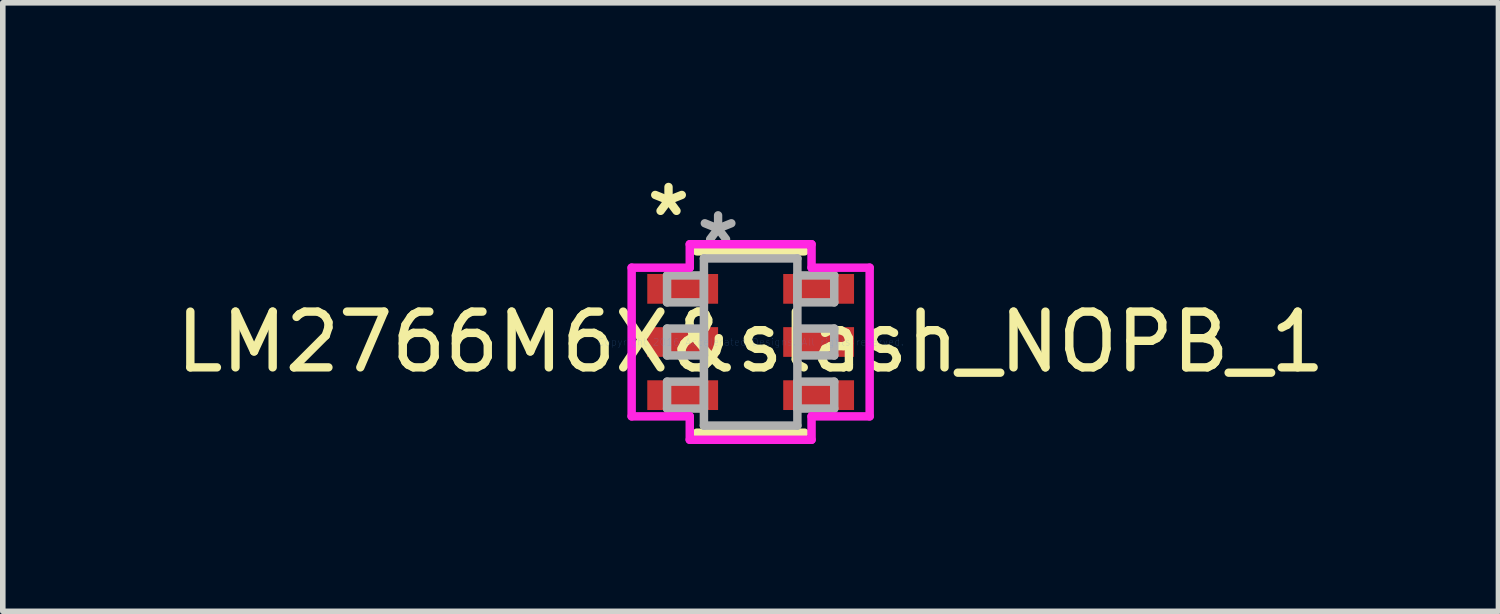
<source format=kicad_pcb>
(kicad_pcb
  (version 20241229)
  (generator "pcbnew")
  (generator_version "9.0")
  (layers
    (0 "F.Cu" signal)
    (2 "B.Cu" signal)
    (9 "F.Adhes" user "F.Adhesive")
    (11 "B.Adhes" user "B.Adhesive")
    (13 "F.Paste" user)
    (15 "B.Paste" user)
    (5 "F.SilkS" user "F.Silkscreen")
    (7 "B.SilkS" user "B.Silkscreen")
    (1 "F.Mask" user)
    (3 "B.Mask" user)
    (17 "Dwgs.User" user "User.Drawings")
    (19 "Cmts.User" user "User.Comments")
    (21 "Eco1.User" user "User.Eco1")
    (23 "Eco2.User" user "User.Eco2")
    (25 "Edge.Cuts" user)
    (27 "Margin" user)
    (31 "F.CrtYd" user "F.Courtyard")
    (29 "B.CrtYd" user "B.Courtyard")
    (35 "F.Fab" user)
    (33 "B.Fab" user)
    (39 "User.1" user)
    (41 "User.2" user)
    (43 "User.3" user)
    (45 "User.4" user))
  (footprint "LM2766M6X&slash_NOPB_1"
    (layer "F.Cu")
    (at 10.411 3.083)
    (property "Reference" "LM2766M6X&slash_NOPB_1" (at 0 0 0) (layer "F.SilkS") (effects (font (size 1 1) (thickness 0.15))))
    (attr through_hole)
    (fp_line (start -0.965 1.626) (end 0.965 1.626) (stroke (width 0.152) (type solid)) (layer "F.SilkS"))
    (fp_line (start 0.965 -1.626) (end -0.965 -1.626) (stroke (width 0.152) (type solid)) (layer "F.SilkS"))
    (fp_line (start -2.134 -1.333) (end -1.092 -1.333) (stroke (width 0.152) (type solid)) (layer "F.CrtYd"))
    (fp_line (start -2.134 1.333) (end -2.134 -1.333) (stroke (width 0.152) (type solid)) (layer "F.CrtYd"))
    (fp_line (start -1.092 -1.753) (end 1.092 -1.753) (stroke (width 0.152) (type solid)) (layer "F.CrtYd"))
    (fp_line (start -1.092 -1.333) (end -1.092 -1.753) (stroke (width 0.152) (type solid)) (layer "F.CrtYd"))
    (fp_line (start -1.092 1.333) (end -2.134 1.333) (stroke (width 0.152) (type solid)) (layer "F.CrtYd"))
    (fp_line (start -1.092 1.753) (end -1.092 1.333) (stroke (width 0.152) (type solid)) (layer "F.CrtYd"))
    (fp_line (start 1.092 -1.753) (end 1.092 -1.333) (stroke (width 0.152) (type solid)) (layer "F.CrtYd"))
    (fp_line (start 1.092 -1.333) (end 2.134 -1.333) (stroke (width 0.152) (type solid)) (layer "F.CrtYd"))
    (fp_line (start 1.092 1.333) (end 1.092 1.753) (stroke (width 0.152) (type solid)) (layer "F.CrtYd"))
    (fp_line (start 1.092 1.753) (end -1.092 1.753) (stroke (width 0.152) (type solid)) (layer "F.CrtYd"))
    (fp_line (start 2.134 -1.333) (end 2.134 1.333) (stroke (width 0.152) (type solid)) (layer "F.CrtYd"))
    (fp_line (start 2.134 1.333) (end 1.092 1.333) (stroke (width 0.152) (type solid)) (layer "F.CrtYd"))
    (fp_line (start -1.499 -1.194) (end -1.499 -0.711) (stroke (width 0.152) (type solid)) (layer "F.Fab"))
    (fp_line (start -1.499 -0.711) (end -0.838 -0.711) (stroke (width 0.152) (type solid)) (layer "F.Fab"))
    (fp_line (start -1.499 -0.241) (end -1.499 0.241) (stroke (width 0.152) (type solid)) (layer "F.Fab"))
    (fp_line (start -1.499 0.241) (end -0.838 0.241) (stroke (width 0.152) (type solid)) (layer "F.Fab"))
    (fp_line (start -1.499 0.711) (end -1.499 1.194) (stroke (width 0.152) (type solid)) (layer "F.Fab"))
    (fp_line (start -1.499 1.194) (end -0.838 1.194) (stroke (width 0.152) (type solid)) (layer "F.Fab"))
    (fp_line (start -0.838 -1.499) (end -0.838 1.499) (stroke (width 0.152) (type solid)) (layer "F.Fab"))
    (fp_line (start -0.838 -1.194) (end -1.499 -1.194) (stroke (width 0.152) (type solid)) (layer "F.Fab"))
    (fp_line (start -0.838 -0.711) (end -0.838 -1.194) (stroke (width 0.152) (type solid)) (layer "F.Fab"))
    (fp_line (start -0.838 -0.241) (end -1.499 -0.241) (stroke (width 0.152) (type solid)) (layer "F.Fab"))
    (fp_line (start -0.838 0.241) (end -0.838 -0.241) (stroke (width 0.152) (type solid)) (layer "F.Fab"))
    (fp_line (start -0.838 0.711) (end -1.499 0.711) (stroke (width 0.152) (type solid)) (layer "F.Fab"))
    (fp_line (start -0.838 1.194) (end -0.838 0.711) (stroke (width 0.152) (type solid)) (layer "F.Fab"))
    (fp_line (start -0.838 1.499) (end 0.838 1.499) (stroke (width 0.152) (type solid)) (layer "F.Fab"))
    (fp_line (start 0.838 -1.499) (end -0.838 -1.499) (stroke (width 0.152) (type solid)) (layer "F.Fab"))
    (fp_line (start 0.838 -1.194) (end 0.838 -0.711) (stroke (width 0.152) (type solid)) (layer "F.Fab"))
    (fp_line (start 0.838 -0.711) (end 1.499 -0.711) (stroke (width 0.152) (type solid)) (layer "F.Fab"))
    (fp_line (start 0.838 -0.241) (end 0.838 0.241) (stroke (width 0.152) (type solid)) (layer "F.Fab"))
    (fp_line (start 0.838 0.241) (end 1.499 0.241) (stroke (width 0.152) (type solid)) (layer "F.Fab"))
    (fp_line (start 0.838 0.711) (end 0.838 1.194) (stroke (width 0.152) (type solid)) (layer "F.Fab"))
    (fp_line (start 0.838 1.194) (end 1.499 1.194) (stroke (width 0.152) (type solid)) (layer "F.Fab"))
    (fp_line (start 0.838 1.499) (end 0.838 -1.499) (stroke (width 0.152) (type solid)) (layer "F.Fab"))
    (fp_line (start 1.499 -1.194) (end 0.838 -1.194) (stroke (width 0.152) (type solid)) (layer "F.Fab"))
    (fp_line (start 1.499 -0.711) (end 1.499 -1.194) (stroke (width 0.152) (type solid)) (layer "F.Fab"))
    (fp_line (start 1.499 -0.241) (end 0.838 -0.241) (stroke (width 0.152) (type solid)) (layer "F.Fab"))
    (fp_line (start 1.499 0.241) (end 1.499 -0.241) (stroke (width 0.152) (type solid)) (layer "F.Fab"))
    (fp_line (start 1.499 0.711) (end 0.838 0.711) (stroke (width 0.152) (type solid)) (layer "F.Fab"))
    (fp_line (start 1.499 1.194) (end 1.499 0.711) (stroke (width 0.152) (type solid)) (layer "F.Fab"))
    (fp_text user "*" (at -1.473 -2.235 0) (layer "F.SilkS") (effects (font (size 1 1) (thickness 0.15))))
    (fp_text user "Copyright 2016 Accelerated Designs. All rights reserved." (at 0 0 0) (layer "Cmts.User") (effects (font (size 0.127 0.127) (thickness 0.002))))
    (fp_text user "*" (at -0.584 -1.727 0) (layer "F.Fab") (effects (font (size 1 1) (thickness 0.15))))
    (pad "1" smd rect (at -1.219 -0.953) (size 1.27 0.533) (layers "F.Cu" "F.Mask" "F.Paste"))
    (pad "2" smd rect (at -1.219 0) (size 1.27 0.533) (layers "F.Cu" "F.Mask" "F.Paste"))
    (pad "3" smd rect (at -1.219 0.953) (size 1.27 0.533) (layers "F.Cu" "F.Mask" "F.Paste"))
    (pad "4" smd rect (at 1.219 0.953) (size 1.27 0.533) (layers "F.Cu" "F.Mask" "F.Paste"))
    (pad "5" smd rect (at 1.219 0) (size 1.27 0.533) (layers "F.Cu" "F.Mask" "F.Paste"))
    (pad "6" smd rect (at 1.219 -0.953) (size 1.27 0.533) (layers "F.Cu" "F.Mask" "F.Paste")))
  (gr_rect
    (start -3 -3)
    (end 23.821 7.912)
    (stroke (width 0.1) (type default))
    (fill no)
    (layer "Edge.Cuts")))
</source>
